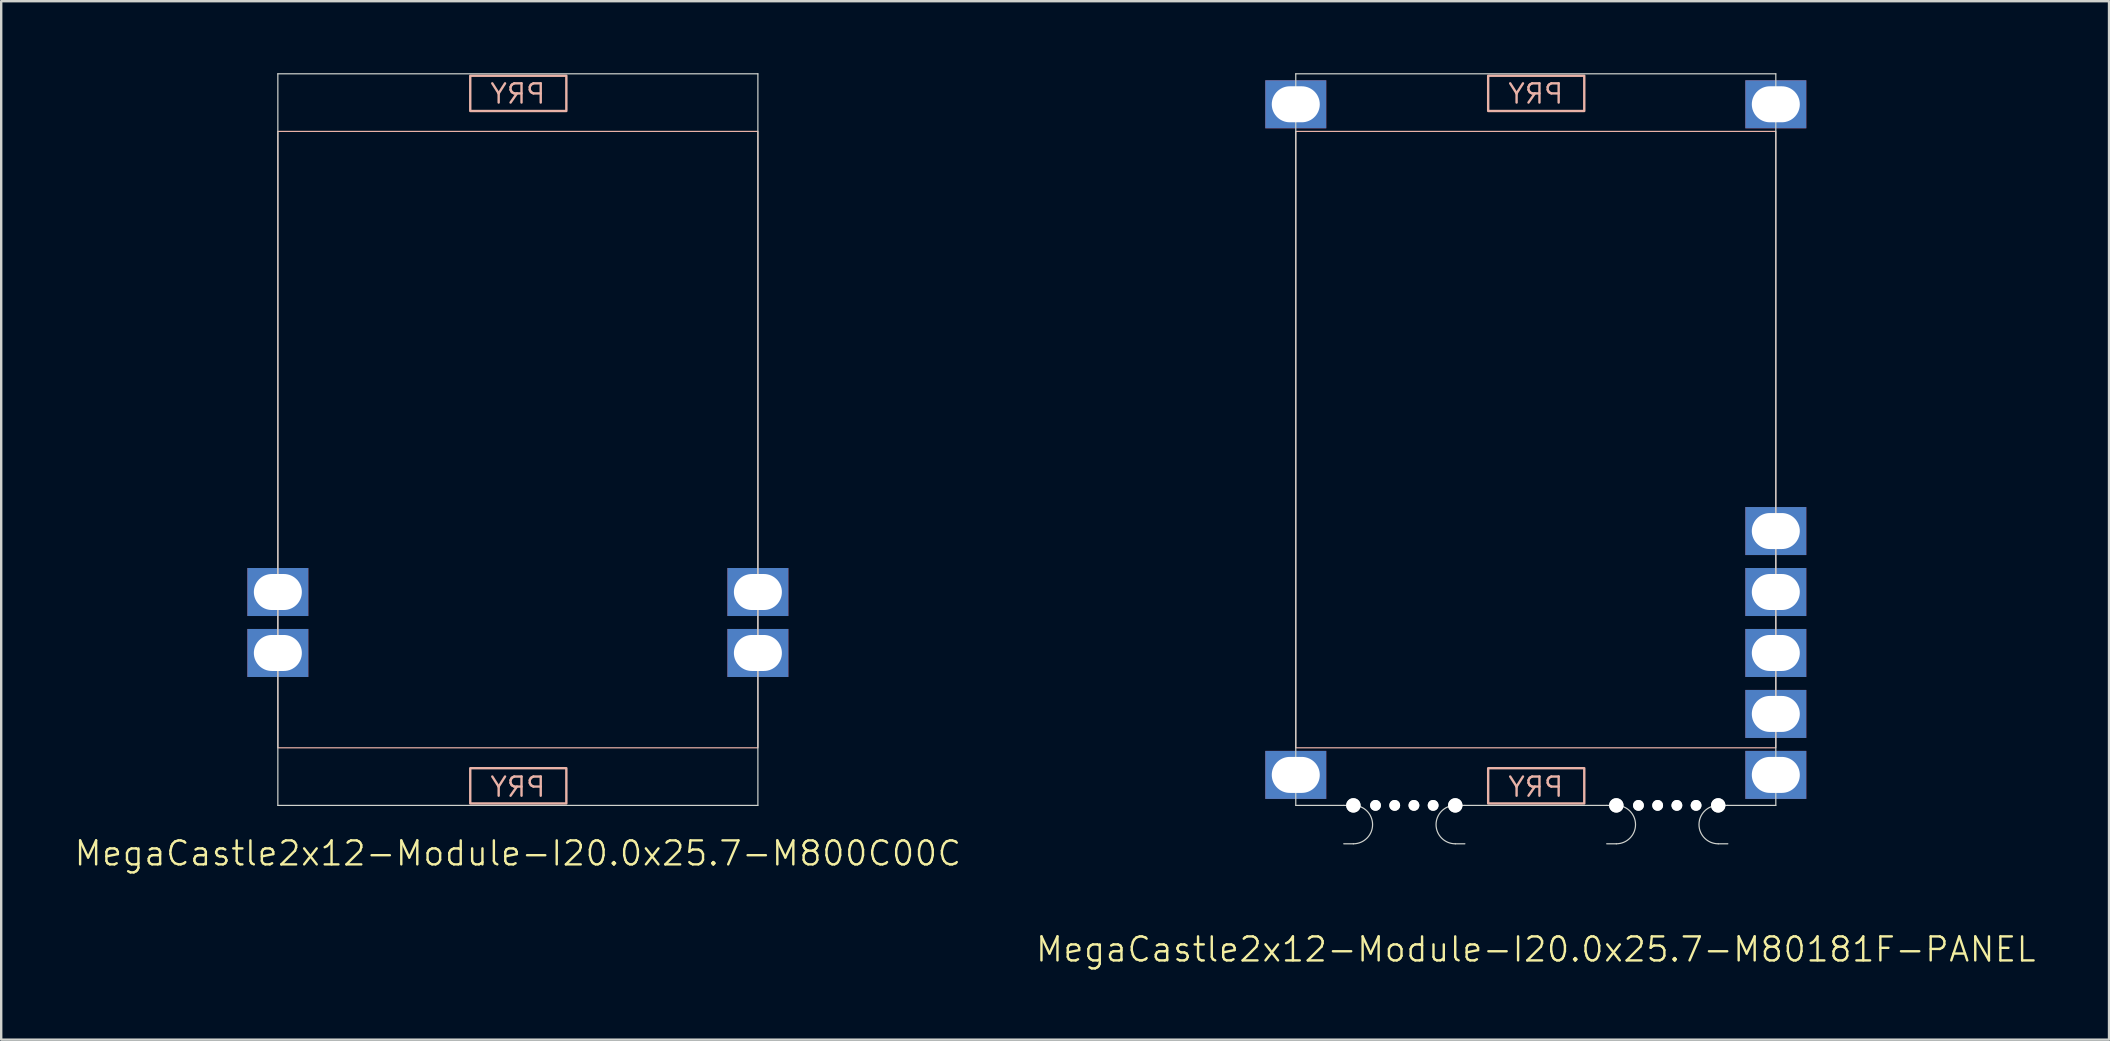
<source format=kicad_pcb>
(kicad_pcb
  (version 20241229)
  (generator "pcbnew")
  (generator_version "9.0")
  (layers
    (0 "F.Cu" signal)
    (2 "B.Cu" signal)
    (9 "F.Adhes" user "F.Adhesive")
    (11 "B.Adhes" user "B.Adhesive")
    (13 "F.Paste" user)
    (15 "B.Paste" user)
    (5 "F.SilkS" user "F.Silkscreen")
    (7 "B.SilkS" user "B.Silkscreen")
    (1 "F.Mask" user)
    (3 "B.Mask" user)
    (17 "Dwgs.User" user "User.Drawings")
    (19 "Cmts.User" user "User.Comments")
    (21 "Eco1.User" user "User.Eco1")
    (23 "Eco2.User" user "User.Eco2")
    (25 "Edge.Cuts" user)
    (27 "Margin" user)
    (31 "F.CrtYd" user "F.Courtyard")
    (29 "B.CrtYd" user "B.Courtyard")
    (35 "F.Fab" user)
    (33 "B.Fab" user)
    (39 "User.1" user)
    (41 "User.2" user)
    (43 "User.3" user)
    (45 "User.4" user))
  (footprint "MegaCastle2x12-Module-I20.0x25.7-M800C00C"
    (layer "F.Cu")
    (at 18.526 15.265)
    (property "Reference" "MegaCastle2x12-Module-I20.0x25.7-M800C00C" (at 0 17.24 0) (unlocked yes) (layer "F.SilkS") (effects (font (size 1 1) (thickness 0.1))))
    (attr smd)
    (fp_rect (start -10 12.84) (end 10 -12.84) (stroke (width 0.05) (type default)) (fill no) (layer "B.SilkS"))
    (fp_rect (start -1.984 -13.691) (end 2.02 -15.16) (stroke (width 0.1) (type default)) (fill no) (layer "B.SilkS"))
    (fp_rect (start -1.984 13.691) (end 2.02 15.16) (stroke (width 0.1) (type default)) (fill no) (layer "B.SilkS"))
    (fp_line (start -10 -15.24) (end -10 15.24) (stroke (width 0.05) (type default)) (layer "Edge.Cuts"))
    (fp_line (start -10 -15.24) (end 10 -15.24) (stroke (width 0.05) (type default)) (layer "Edge.Cuts"))
    (fp_line (start -10 15.24) (end 10 15.24) (stroke (width 0.05) (type default)) (layer "Edge.Cuts"))
    (fp_line (start 10 -15.24) (end 10 15.24) (stroke (width 0.05) (type default)) (layer "Edge.Cuts"))
    (fp_text user "PRY" (at 0 -13.94 0) (unlocked yes) (layer "B.SilkS") (effects (font (size 0.8 0.8) (thickness 0.1)) (justify bottom mirror)))
    (fp_text user "PRY" (at 0 14.94 0) (unlocked yes) (layer "B.SilkS") (effects (font (size 0.8 0.8) (thickness 0.1)) (justify bottom mirror)))
    (pad "9" thru_hole rect (at -10 6.35) (size 2.54 2) (drill oval 2 1.5) (property pad_prop_castellated) (layers "*.Cu" "*.Mask"))
    (pad "10" thru_hole rect (at -10 8.89) (size 2.54 2) (drill oval 2 1.5) (property pad_prop_castellated) (layers "*.Cu" "*.Mask"))
    (pad "21" thru_hole rect (at 10 6.35) (size 2.54 2) (drill oval 2 1.5) (property pad_prop_castellated) (layers "*.Cu" "*.Mask"))
    (pad "22" thru_hole rect (at 10 8.89) (size 2.54 2) (drill oval 2 1.5) (property pad_prop_castellated) (layers "*.Cu" "*.Mask"))
    (zone (net_name "") (layer "B.Cu") (hatch edge 0.5) (connect_pads) (min_thickness 0.25) (filled_areas_thickness no) (keepout (tracks allowed) (vias allowed) (pads allowed) (copperpour allowed) (footprints not_allowed)) (placement (enabled no)) (fill) (polygon (pts (xy 8.526 30.505) (xy 8.526 0.025))))
    (zone (net_name "") (layer "B.Cu") (hatch edge 0.5) (connect_pads) (min_thickness 0.25) (filled_areas_thickness no) (keepout (tracks allowed) (vias allowed) (pads allowed) (copperpour allowed) (footprints not_allowed)) (placement (enabled no)) (fill) (polygon (pts (xy 28.526 30.505) (xy 28.526 0.025))))
    (zone (net_name "") (layer "B.Cu") (hatch edge 0.5) (connect_pads) (min_thickness 0.25) (filled_areas_thickness no) (keepout (tracks allowed) (vias allowed) (pads allowed) (copperpour allowed) (footprints not_allowed)) (placement (enabled no)) (fill) (polygon (pts (xy 8.526 0.025) (xy 8.526 2.425) (xy 28.526 2.425) (xy 28.526 0.025))))
    (zone (net_name "") (layer "B.Cu") (hatch edge 0.5) (connect_pads) (min_thickness 0.25) (filled_areas_thickness no) (keepout (tracks allowed) (vias allowed) (pads allowed) (copperpour allowed) (footprints not_allowed)) (placement (enabled no)) (fill) (polygon (pts (xy 8.526 30.505) (xy 8.526 28.105) (xy 28.526 28.105) (xy 28.526 30.505))))
    (zone (net_name "") (layer "B.Cu") (name "Upper Pry Zone") (hatch edge 0.5) (connect_pads) (min_thickness 0.25) (filled_areas_thickness no) (keepout (tracks not_allowed) (vias not_allowed) (pads not_allowed) (copperpour allowed) (footprints not_allowed)) (placement (enabled no)) (fill) (polygon (pts (xy 16.542 1.574) (xy 16.542 0.105) (xy 20.546 0.105) (xy 20.546 1.574))))
    (zone (net_name "") (layer "B.Cu") (name "Upper Pry Zone") (hatch edge 0.5) (connect_pads) (min_thickness 0.25) (filled_areas_thickness no) (keepout (tracks not_allowed) (vias not_allowed) (pads not_allowed) (copperpour allowed) (footprints not_allowed)) (placement (enabled no)) (fill) (polygon (pts (xy 16.542 28.956) (xy 16.542 30.425) (xy 20.546 30.425) (xy 20.546 28.956)))))
  (footprint "MegaCastle2x12-Module-I20.0x25.7-M80181F-PANEL"
    (layer "F.Cu")
    (at 60.936 15.265)
    (property "Reference" "MegaCastle2x12-Module-I20.0x25.7-M80181F-PANEL" (at 0 21.24 0) (unlocked yes) (layer "F.SilkS") (effects (font (size 1 1) (thickness 0.1))))
    (attr smd)
    (fp_rect (start -10 12.84) (end 10 -12.84) (stroke (width 0.05) (type default)) (fill no) (layer "B.SilkS"))
    (fp_rect (start -1.984 -13.691) (end 2.02 -15.16) (stroke (width 0.1) (type default)) (fill no) (layer "B.SilkS"))
    (fp_rect (start -1.984 13.691) (end 2.02 15.16) (stroke (width 0.1) (type default)) (fill no) (layer "B.SilkS"))
    (fp_line (start -10 -15.24) (end -10 15.24) (stroke (width 0.05) (type default)) (layer "Edge.Cuts"))
    (fp_line (start -10 -15.24) (end 10 -15.24) (stroke (width 0.05) (type default)) (layer "Edge.Cuts"))
    (fp_line (start -10 15.24) (end -8 15.24) (stroke (width 0.05) (type default)) (layer "Edge.Cuts"))
    (fp_line (start -8 15.24) (end -7.6 15.24) (stroke (width 0.05) (type default)) (layer "Edge.Cuts"))
    (fp_line (start -8 16.84) (end -7.6 16.84) (stroke (width 0.05) (type default)) (layer "Edge.Cuts"))
    (fp_line (start -2.955 15.24) (end -3.355 15.24) (stroke (width 0.05) (type default)) (layer "Edge.Cuts"))
    (fp_line (start -2.955 15.24) (end 2.955 15.24) (stroke (width 0.05) (type default)) (layer "Edge.Cuts"))
    (fp_line (start -2.955 16.84) (end -3.355 16.84) (stroke (width 0.05) (type default)) (layer "Edge.Cuts"))
    (fp_line (start 2.955 15.24) (end 3.355 15.24) (stroke (width 0.05) (type default)) (layer "Edge.Cuts"))
    (fp_line (start 2.955 16.84) (end 3.355 16.84) (stroke (width 0.05) (type default)) (layer "Edge.Cuts"))
    (fp_line (start 8 15.24) (end 7.6 15.24) (stroke (width 0.05) (type default)) (layer "Edge.Cuts"))
    (fp_line (start 8 15.24) (end 10 15.24) (stroke (width 0.05) (type default)) (layer "Edge.Cuts"))
    (fp_line (start 8 16.84) (end 7.6 16.84) (stroke (width 0.05) (type default)) (layer "Edge.Cuts"))
    (fp_line (start 10 -15.24) (end 10 15.24) (stroke (width 0.05) (type default)) (layer "Edge.Cuts"))
    (fp_arc (start -7.6 15.24) (mid -6.8 16.040001) (end -7.6 16.84) (stroke (width 0.05) (type default)) (layer "Edge.Cuts"))
    (fp_arc (start -3.355 16.84) (mid -4.155 16.04) (end -3.355 15.24) (stroke (width 0.05) (type default)) (layer "Edge.Cuts"))
    (fp_arc (start 3.355 15.24) (mid 4.155 16.040001) (end 3.355 16.84) (stroke (width 0.05) (type default)) (layer "Edge.Cuts"))
    (fp_arc (start 7.6 16.84) (mid 6.8 16.04) (end 7.6 15.24) (stroke (width 0.05) (type default)) (layer "Edge.Cuts"))
    (fp_text user "PRY" (at 0 14.94 0) (unlocked yes) (layer "B.SilkS") (effects (font (size 0.8 0.8) (thickness 0.1)) (justify bottom mirror)))
    (fp_text user "PRY" (at 0 -13.94 0) (unlocked yes) (layer "B.SilkS") (effects (font (size 0.8 0.8) (thickness 0.1)) (justify bottom mirror)))
    (pad "" np_thru_hole circle (at -7.6 15.24) (size 0.6 0.6) (drill 0.6) (layers "*.Cu" "Edge.Cuts"))
    (pad "" np_thru_hole circle (at -6.678 15.24) (size 0.45 0.45) (drill 0.45) (layers "*.Cu" "Edge.Cuts"))
    (pad "" np_thru_hole circle (at -5.878 15.24) (size 0.45 0.45) (drill 0.45) (layers "*.Cu" "Edge.Cuts"))
    (pad "" np_thru_hole circle (at -5.077 15.24) (size 0.45 0.45) (drill 0.45) (layers "*.Cu" "Edge.Cuts"))
    (pad "" np_thru_hole circle (at -4.277 15.24) (size 0.45 0.45) (drill 0.45) (layers "*.Cu" "Edge.Cuts"))
    (pad "" np_thru_hole circle (at -3.355 15.24) (size 0.6 0.6) (drill 0.6) (layers "*.Cu" "Edge.Cuts"))
    (pad "" np_thru_hole circle (at 3.355 15.24) (size 0.6 0.6) (drill 0.6) (layers "*.Cu" "Edge.Cuts"))
    (pad "" np_thru_hole circle (at 4.277 15.24) (size 0.45 0.45) (drill 0.45) (layers "*.Cu" "Edge.Cuts"))
    (pad "" np_thru_hole circle (at 5.077 15.24) (size 0.45 0.45) (drill 0.45) (layers "*.Cu" "Edge.Cuts"))
    (pad "" np_thru_hole circle (at 5.878 15.24) (size 0.45 0.45) (drill 0.45) (layers "*.Cu" "Edge.Cuts"))
    (pad "" np_thru_hole circle (at 6.678 15.24) (size 0.45 0.45) (drill 0.45) (layers "*.Cu" "Edge.Cuts"))
    (pad "" np_thru_hole circle (at 7.6 15.24) (size 0.6 0.6) (drill 0.6) (layers "*.Cu" "Edge.Cuts"))
    (pad "1" thru_hole rect (at -10 -13.97) (size 2.54 2) (drill oval 2 1.5) (property pad_prop_castellated) (layers "*.Cu" "*.Mask"))
    (pad "12" thru_hole rect (at -10 13.97) (size 2.54 2) (drill oval 2 1.5) (property pad_prop_castellated) (layers "*.Cu" "*.Mask"))
    (pad "13" thru_hole rect (at 10 -13.97) (size 2.54 2) (drill oval 2 1.5) (property pad_prop_castellated) (layers "*.Cu" "*.Mask"))
    (pad "20" thru_hole rect (at 10 3.81) (size 2.54 2) (drill oval 2 1.5) (property pad_prop_castellated) (layers "*.Cu" "*.Mask"))
    (pad "21" thru_hole rect (at 10 6.35) (size 2.54 2) (drill oval 2 1.5) (property pad_prop_castellated) (layers "*.Cu" "*.Mask"))
    (pad "22" thru_hole rect (at 10 8.89) (size 2.54 2) (drill oval 2 1.5) (property pad_prop_castellated) (layers "*.Cu" "*.Mask"))
    (pad "23" thru_hole rect (at 10 11.43) (size 2.54 2) (drill oval 2 1.5) (property pad_prop_castellated) (layers "*.Cu" "*.Mask"))
    (pad "24" thru_hole rect (at 10 13.97) (size 2.54 2) (drill oval 2 1.5) (property pad_prop_castellated) (layers "*.Cu" "*.Mask"))
    (zone (net_name "") (layer "B.Cu") (hatch edge 0.5) (connect_pads) (min_thickness 0.25) (filled_areas_thickness no) (keepout (tracks allowed) (vias allowed) (pads allowed) (copperpour allowed) (footprints not_allowed)) (placement (enabled no)) (fill) (polygon (pts (xy 50.936 30.505) (xy 50.936 0.025))))
    (zone (net_name "") (layer "B.Cu") (hatch edge 0.5) (connect_pads) (min_thickness 0.25) (filled_areas_thickness no) (keepout (tracks allowed) (vias allowed) (pads allowed) (copperpour allowed) (footprints not_allowed)) (placement (enabled no)) (fill) (polygon (pts (xy 70.936 30.505) (xy 70.936 0.025))))
    (zone (net_name "") (layer "B.Cu") (hatch edge 0.5) (connect_pads) (min_thickness 0.25) (filled_areas_thickness no) (keepout (tracks allowed) (vias allowed) (pads allowed) (copperpour allowed) (footprints not_allowed)) (placement (enabled no)) (fill) (polygon (pts (xy 50.936 0.025) (xy 50.936 2.425) (xy 70.936 2.425) (xy 70.936 0.025))))
    (zone (net_name "") (layer "B.Cu") (hatch edge 0.5) (connect_pads) (min_thickness 0.25) (filled_areas_thickness no) (keepout (tracks allowed) (vias allowed) (pads allowed) (copperpour allowed) (footprints not_allowed)) (placement (enabled no)) (fill) (polygon (pts (xy 50.936 30.505) (xy 50.936 28.105) (xy 70.936 28.105) (xy 70.936 30.505))))
    (zone (net_name "") (layer "B.Cu") (name "Upper Pry Zone") (hatch edge 0.5) (connect_pads) (min_thickness 0.25) (filled_areas_thickness no) (keepout (tracks not_allowed) (vias not_allowed) (pads not_allowed) (copperpour allowed) (footprints not_allowed)) (placement (enabled no)) (fill) (polygon (pts (xy 58.951 1.574) (xy 58.951 0.105) (xy 62.955 0.105) (xy 62.955 1.574))))
    (zone (net_name "") (layer "B.Cu") (name "Upper Pry Zone") (hatch edge 0.5) (connect_pads) (min_thickness 0.25) (filled_areas_thickness no) (keepout (tracks not_allowed) (vias not_allowed) (pads not_allowed) (copperpour allowed) (footprints not_allowed)) (placement (enabled no)) (fill) (polygon (pts (xy 58.951 28.956) (xy 58.951 30.425) (xy 62.955 30.425) (xy 62.955 28.956)))))
  (gr_rect
    (start -3 -3)
    (end 84.819 40.266)
    (stroke (width 0.1) (type default))
    (fill no)
    (layer "Edge.Cuts")))
</source>
